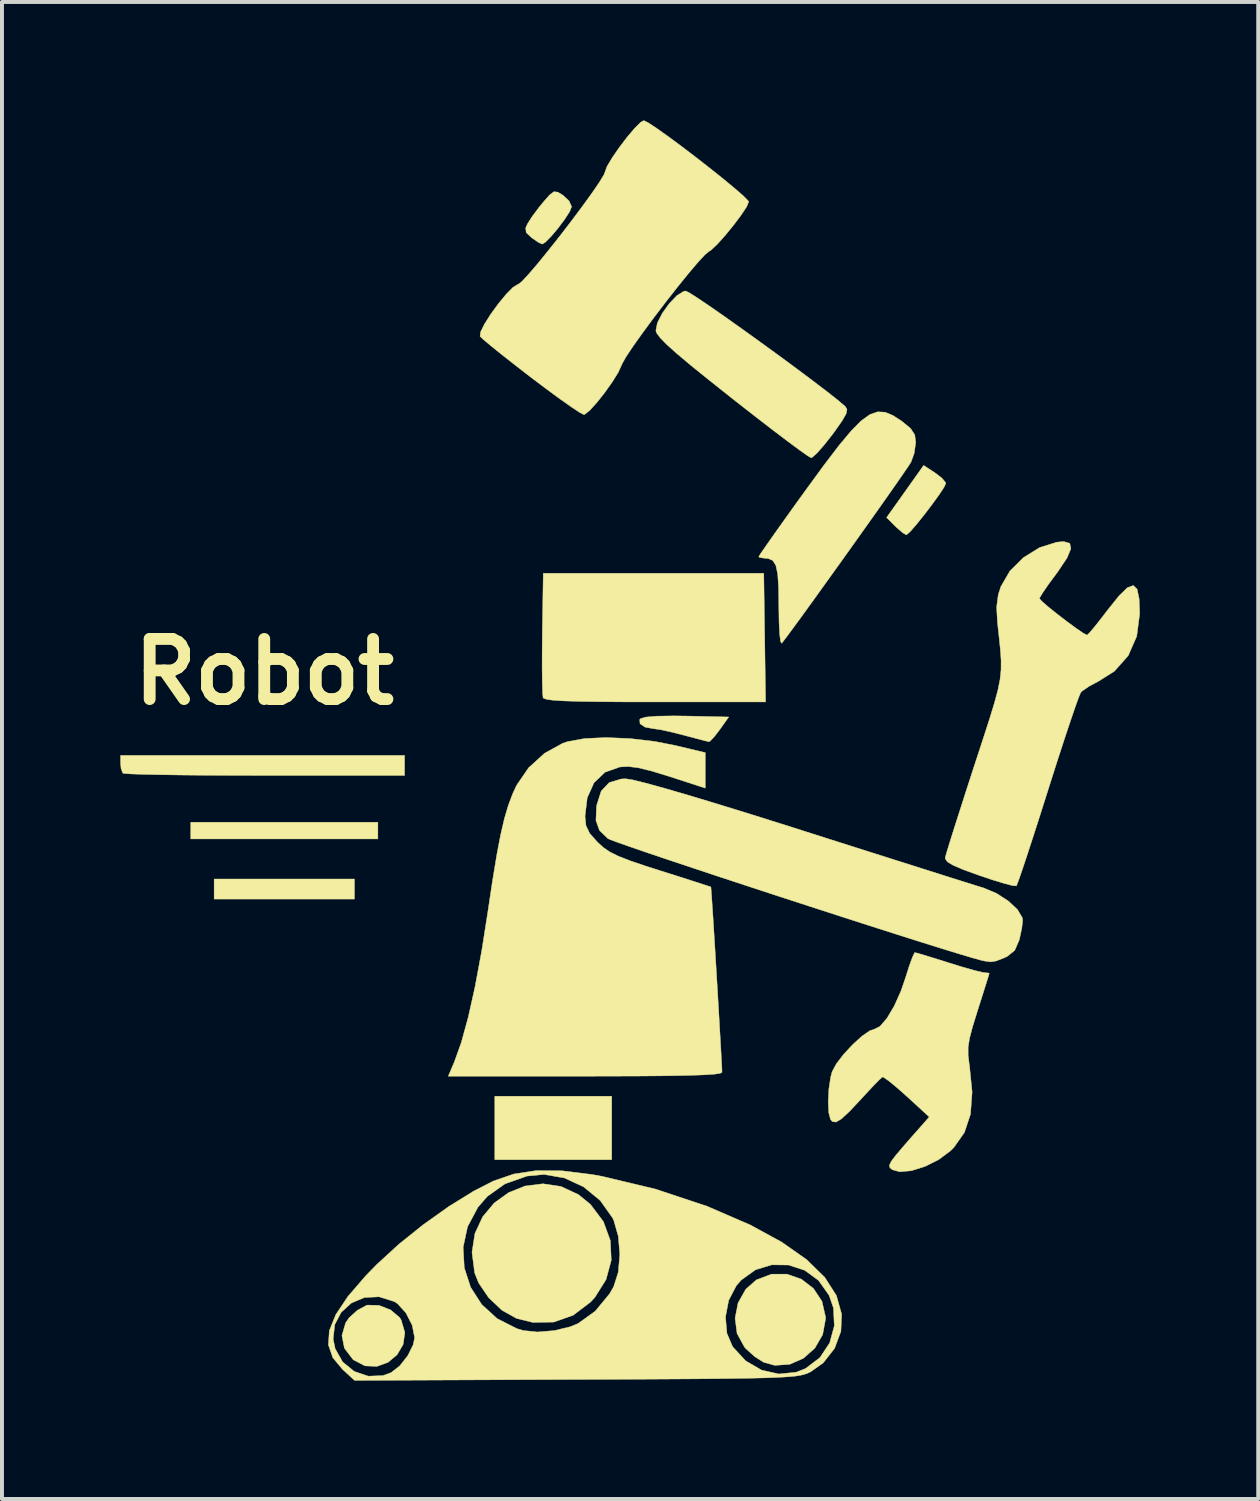
<source format=kicad_pcb>
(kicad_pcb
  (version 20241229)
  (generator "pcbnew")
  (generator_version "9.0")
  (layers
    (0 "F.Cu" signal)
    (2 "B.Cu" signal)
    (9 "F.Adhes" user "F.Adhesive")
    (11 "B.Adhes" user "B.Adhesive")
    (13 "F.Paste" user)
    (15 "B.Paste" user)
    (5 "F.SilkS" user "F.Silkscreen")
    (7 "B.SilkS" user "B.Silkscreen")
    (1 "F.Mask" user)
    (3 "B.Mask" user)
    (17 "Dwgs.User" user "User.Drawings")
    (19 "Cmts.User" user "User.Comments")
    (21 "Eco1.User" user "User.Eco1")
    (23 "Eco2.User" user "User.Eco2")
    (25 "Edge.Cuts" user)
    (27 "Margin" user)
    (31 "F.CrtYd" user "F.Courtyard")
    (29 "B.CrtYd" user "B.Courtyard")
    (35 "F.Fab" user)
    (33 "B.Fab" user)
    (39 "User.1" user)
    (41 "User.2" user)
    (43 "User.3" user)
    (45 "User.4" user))
  (footprint "Robot"
    (layer "F.Cu")
    (at 12.79 17.531)
    (property "Reference" "Robot" (at -9.144 -3.556 0) (layer "F.SilkS") (effects (font (size 1.524 1.524) (thickness 0.3))))
    (attr through_hole)
    (fp_poly (pts (xy -6.858 2.201) (xy -10.414 2.201) (xy -10.414 1.693) (xy -6.858 1.693) (xy -6.858 2.201)) (stroke (width 0.01) (type solid)) (fill yes) (layer "F.SilkS"))
    (fp_poly (pts (xy -6.265 0.677) (xy -11.007 0.677) (xy -11.007 0.254) (xy -6.265 0.254) (xy -6.265 0.677)) (stroke (width 0.01) (type solid)) (fill yes) (layer "F.SilkS"))
    (fp_poly (pts (xy -0.339 8.805) (xy -3.302 8.805) (xy -3.302 7.197) (xy -0.339 7.197) (xy -0.339 8.805)) (stroke (width 0.01) (type solid)) (fill yes) (layer "F.SilkS"))
    (fp_poly (pts (xy -5.588 -0.931) (xy -9.13 -0.931) (xy -9.888 -0.933) (xy -10.594 -0.936) (xy -11.229 -0.942) (xy -11.775 -0.95) (xy -12.214 -0.959) (xy -12.529 -0.97) (xy -12.701 -0.982) (xy -12.728 -0.988) (xy -12.773 -1.109) (xy -12.785 -1.242) (xy -12.785 -1.439) (xy -5.588 -1.439) (xy -5.588 -0.931)) (stroke (width 0.01) (type solid)) (fill yes) (layer "F.SilkS"))
    (fp_poly (pts (xy 3.537 -4.424) (xy 3.56 -2.794) (xy 0.761 -2.794) (xy -0.035 -2.795) (xy -0.677 -2.8) (xy -1.177 -2.808) (xy -1.552 -2.82) (xy -1.815 -2.836) (xy -1.981 -2.858) (xy -2.064 -2.886) (xy -2.079 -2.903) (xy -2.091 -3.019) (xy -2.099 -3.276) (xy -2.103 -3.643) (xy -2.102 -4.091) (xy -2.098 -4.533) (xy -2.074 -6.054) (xy 3.514 -6.054) (xy 3.537 -4.424)) (stroke (width 0.01) (type solid)) (fill yes) (layer "F.SilkS"))
    (fp_poly (pts (xy 7.845 -8.606) (xy 8.025 -8.469) (xy 8.121 -8.354) (xy 8.127 -8.333) (xy 8.079 -8.23) (xy 7.952 -8.038) (xy 7.775 -7.794) (xy 7.577 -7.534) (xy 7.385 -7.295) (xy 7.228 -7.115) (xy 7.133 -7.03) (xy 7.125 -7.027) (xy 7.032 -7.082) (xy 6.878 -7.216) (xy 6.846 -7.247) (xy 6.626 -7.467) (xy 7.095 -8.127) (xy 7.564 -8.788) (xy 7.845 -8.606)) (stroke (width 0.01) (type solid)) (fill yes) (layer "F.SilkS"))
    (fp_poly (pts (xy -6.234 12.497) (xy -5.94 12.613) (xy -5.715 12.803) (xy -5.675 12.865) (xy -5.581 13.186) (xy -5.625 13.488) (xy -5.778 13.748) (xy -6.009 13.941) (xy -6.29 14.043) (xy -6.591 14.03) (xy -6.883 13.878) (xy -6.898 13.864) (xy -7.113 13.581) (xy -7.176 13.26) (xy -7.082 12.939) (xy -6.991 12.807) (xy -6.785 12.621) (xy -6.561 12.5) (xy -6.523 12.489) (xy -6.234 12.497)) (stroke (width 0.01) (type solid)) (fill yes) (layer "F.SilkS"))
    (fp_poly (pts (xy 1.553 -2.437) (xy 2.626 -2.413) (xy 2.4 -2.095) (xy 2.256 -1.908) (xy 2.15 -1.798) (xy 2.124 -1.786) (xy 2.024 -1.81) (xy 1.805 -1.867) (xy 1.513 -1.945) (xy 1.482 -1.953) (xy 1.163 -2.033) (xy 0.891 -2.092) (xy 0.723 -2.116) (xy 0.72 -2.116) (xy 0.507 -2.155) (xy 0.378 -2.241) (xy 0.37 -2.347) (xy 0.389 -2.37) (xy 0.519 -2.41) (xy 0.804 -2.434) (xy 1.23 -2.441) (xy 1.553 -2.437)) (stroke (width 0.01) (type solid)) (fill yes) (layer "F.SilkS"))
    (fp_poly (pts (xy 4.101 11.705) (xy 4.466 11.832) (xy 4.773 12.068) (xy 4.988 12.393) (xy 5.079 12.79) (xy 5.08 12.837) (xy 5.006 13.238) (xy 4.809 13.579) (xy 4.52 13.837) (xy 4.17 13.991) (xy 3.793 14.017) (xy 3.509 13.938) (xy 3.283 13.795) (xy 3.057 13.59) (xy 3.023 13.551) (xy 2.837 13.21) (xy 2.786 12.822) (xy 2.863 12.432) (xy 3.058 12.086) (xy 3.327 11.85) (xy 3.71 11.705) (xy 4.101 11.705)) (stroke (width 0.01) (type solid)) (fill yes) (layer "F.SilkS"))
    (fp_poly (pts (xy -1.705 -15.713) (xy -1.578 -15.636) (xy -1.42 -15.49) (xy -1.355 -15.344) (xy -1.355 -15.344) (xy -1.405 -15.219) (xy -1.532 -15.022) (xy -1.7 -14.798) (xy -1.876 -14.589) (xy -2.024 -14.441) (xy -2.102 -14.395) (xy -2.203 -14.443) (xy -2.366 -14.556) (xy -2.368 -14.557) (xy -2.506 -14.687) (xy -2.52 -14.805) (xy -2.47 -14.915) (xy -2.353 -15.098) (xy -2.176 -15.334) (xy -2.083 -15.448) (xy -1.914 -15.641) (xy -1.805 -15.723) (xy -1.705 -15.713)) (stroke (width 0.01) (type solid)) (fill yes) (layer "F.SilkS"))
    (fp_poly (pts (xy -1.625 9.483) (xy -1.183 9.688) (xy -0.879 9.936) (xy -0.55 10.373) (xy -0.374 10.855) (xy -0.351 11.354) (xy -0.483 11.843) (xy -0.767 12.295) (xy -0.878 12.415) (xy -1.318 12.748) (xy -1.808 12.92) (xy -2.336 12.929) (xy -2.752 12.827) (xy -3.119 12.622) (xy -3.456 12.304) (xy -3.712 11.927) (xy -3.813 11.673) (xy -3.88 11.151) (xy -3.805 10.672) (xy -3.61 10.252) (xy -3.318 9.903) (xy -2.951 9.638) (xy -2.532 9.471) (xy -2.082 9.415) (xy -1.625 9.483)) (stroke (width 0.01) (type solid)) (fill yes) (layer "F.SilkS"))
    (fp_poly (pts (xy 1.631 -13.16) (xy 1.843 -13.025) (xy 2.148 -12.819) (xy 2.524 -12.557) (xy 2.951 -12.254) (xy 3.407 -11.926) (xy 3.871 -11.589) (xy 4.322 -11.257) (xy 4.738 -10.946) (xy 5.099 -10.671) (xy 5.383 -10.448) (xy 5.568 -10.291) (xy 5.579 -10.281) (xy 5.622 -10.208) (xy 5.602 -10.1) (xy 5.505 -9.927) (xy 5.318 -9.66) (xy 5.254 -9.573) (xy 5.044 -9.306) (xy 4.864 -9.101) (xy 4.74 -8.991) (xy 4.712 -8.981) (xy 4.623 -9.033) (xy 4.419 -9.177) (xy 4.118 -9.4) (xy 3.737 -9.689) (xy 3.295 -10.03) (xy 2.808 -10.41) (xy 2.709 -10.488) (xy 2.12 -10.956) (xy 1.655 -11.332) (xy 1.302 -11.629) (xy 1.05 -11.855) (xy 0.887 -12.023) (xy 0.8 -12.141) (xy 0.779 -12.2) (xy 0.817 -12.397) (xy 0.942 -12.643) (xy 1.12 -12.891) (xy 1.314 -13.093) (xy 1.489 -13.201) (xy 1.534 -13.208) (xy 1.631 -13.16)) (stroke (width 0.01) (type solid)) (fill yes) (layer "F.SilkS"))
    (fp_poly (pts (xy 6.589 -10.136) (xy 6.784 -10.055) (xy 7 -9.916) (xy 7.015 -9.905) (xy 7.234 -9.725) (xy 7.339 -9.565) (xy 7.365 -9.376) (xy 7.327 -9.101) (xy 7.246 -8.874) (xy 7.175 -8.764) (xy 7.02 -8.537) (xy 6.795 -8.214) (xy 6.516 -7.817) (xy 6.196 -7.365) (xy 5.851 -6.88) (xy 5.496 -6.382) (xy 5.145 -5.893) (xy 4.814 -5.432) (xy 4.517 -5.021) (xy 4.268 -4.68) (xy 4.083 -4.43) (xy 3.977 -4.292) (xy 3.967 -4.28) (xy 3.939 -4.327) (xy 3.916 -4.514) (xy 3.901 -4.814) (xy 3.895 -5.198) (xy 3.895 -5.215) (xy 3.889 -5.699) (xy 3.866 -6.037) (xy 3.819 -6.255) (xy 3.742 -6.378) (xy 3.626 -6.428) (xy 3.539 -6.435) (xy 3.411 -6.454) (xy 3.387 -6.475) (xy 3.434 -6.553) (xy 3.568 -6.747) (xy 3.774 -7.041) (xy 4.039 -7.413) (xy 4.349 -7.846) (xy 4.591 -8.181) (xy 5.044 -8.801) (xy 5.418 -9.291) (xy 5.726 -9.66) (xy 5.982 -9.919) (xy 6.202 -10.077) (xy 6.4 -10.146) (xy 6.589 -10.136)) (stroke (width 0.01) (type solid)) (fill yes) (layer "F.SilkS"))
    (fp_poly (pts (xy 0.189 -0.82) (xy 0.515 -0.74) (xy 0.987 -0.61) (xy 1.599 -0.432) (xy 2.344 -0.207) (xy 3.216 0.062) (xy 4.208 0.374) (xy 4.526 0.476) (xy 5.344 0.736) (xy 6.124 0.984) (xy 6.849 1.214) (xy 7.502 1.421) (xy 8.067 1.6) (xy 8.526 1.745) (xy 8.861 1.85) (xy 9.057 1.911) (xy 9.082 1.918) (xy 9.411 2.056) (xy 9.71 2.249) (xy 9.941 2.465) (xy 10.064 2.671) (xy 10.075 2.739) (xy 10.052 2.94) (xy 9.996 3.2) (xy 9.984 3.245) (xy 9.874 3.499) (xy 9.686 3.653) (xy 9.607 3.69) (xy 9.399 3.771) (xy 9.258 3.793) (xy 9.091 3.768) (xy 9.017 3.75) (xy 8.814 3.695) (xy 8.479 3.595) (xy 8.029 3.457) (xy 7.483 3.286) (xy 6.857 3.088) (xy 6.169 2.868) (xy 5.438 2.632) (xy 4.681 2.387) (xy 3.915 2.138) (xy 3.159 1.89) (xy 2.429 1.65) (xy 1.745 1.423) (xy 1.122 1.215) (xy 0.579 1.032) (xy 0.135 0.879) (xy -0.195 0.763) (xy -0.391 0.689) (xy -0.438 0.667) (xy -0.649 0.462) (xy -0.739 0.21) (xy -0.725 -0.135) (xy -0.718 -0.182) (xy -0.606 -0.536) (xy -0.404 -0.751) (xy -0.099 -0.842) (xy 0.017 -0.847) (xy 0.189 -0.82)) (stroke (width 0.01) (type solid)) (fill yes) (layer "F.SilkS"))
    (fp_poly (pts (xy 0.122 -1.867) (xy 0.746 -1.794) (xy 1.249 -1.696) (xy 2.032 -1.51) (xy 2.032 -0.61) (xy 1.124 -0.905) (xy 0.669 -1.044) (xy 0.333 -1.126) (xy 0.077 -1.158) (xy -0.134 -1.146) (xy -0.509 -1.013) (xy -0.788 -0.748) (xy -0.96 -0.365) (xy -1.016 0.1) (xy -0.992 0.338) (xy -0.899 0.534) (xy -0.702 0.757) (xy -0.696 0.763) (xy -0.551 0.894) (xy -0.387 1.007) (xy -0.172 1.113) (xy 0.123 1.229) (xy 0.529 1.367) (xy 0.891 1.482) (xy 1.325 1.619) (xy 1.696 1.738) (xy 1.978 1.829) (xy 2.143 1.883) (xy 2.174 1.894) (xy 2.181 1.977) (xy 2.197 2.202) (xy 2.22 2.545) (xy 2.247 2.977) (xy 2.278 3.473) (xy 2.31 4.008) (xy 2.343 4.553) (xy 2.374 5.084) (xy 2.402 5.574) (xy 2.426 5.997) (xy 2.444 6.326) (xy 2.454 6.535) (xy 2.455 6.591) (xy 2.407 6.617) (xy 2.255 6.639) (xy 1.989 6.656) (xy 1.6 6.669) (xy 1.078 6.679) (xy 0.412 6.685) (xy -0.407 6.688) (xy -1.013 6.689) (xy -4.481 6.689) (xy -4.328 6.329) (xy -4.152 5.839) (xy -3.975 5.195) (xy -3.801 4.414) (xy -3.633 3.51) (xy -3.478 2.522) (xy -3.36 1.738) (xy -3.255 1.1) (xy -3.157 0.583) (xy -3.06 0.166) (xy -2.959 -0.176) (xy -2.85 -0.466) (xy -2.749 -0.683) (xy -2.446 -1.126) (xy -2.041 -1.494) (xy -1.584 -1.746) (xy -1.457 -1.789) (xy -1.027 -1.867) (xy -0.485 -1.892) (xy 0.122 -1.867)) (stroke (width 0.01) (type solid)) (fill yes) (layer "F.SilkS"))
    (fp_poly (pts (xy 7.439 3.58) (xy 7.659 3.646) (xy 7.966 3.741) (xy 8.184 3.81) (xy 8.536 3.919) (xy 8.837 4.005) (xy 9.043 4.055) (xy 9.103 4.064) (xy 9.214 4.076) (xy 9.227 4.085) (xy 9.202 4.169) (xy 9.136 4.381) (xy 9.039 4.689) (xy 8.935 5.016) (xy 8.807 5.428) (xy 8.729 5.724) (xy 8.692 5.952) (xy 8.692 6.155) (xy 8.719 6.38) (xy 8.725 6.413) (xy 8.793 7.09) (xy 8.752 7.652) (xy 8.598 8.116) (xy 8.328 8.499) (xy 8.244 8.581) (xy 7.945 8.804) (xy 7.601 8.976) (xy 7.257 9.084) (xy 6.959 9.112) (xy 6.773 9.06) (xy 6.712 9.011) (xy 6.696 8.949) (xy 6.742 8.849) (xy 6.864 8.688) (xy 7.075 8.44) (xy 7.261 8.227) (xy 7.707 7.722) (xy 7.141 7.203) (xy 6.886 6.977) (xy 6.678 6.806) (xy 6.548 6.716) (xy 6.522 6.708) (xy 6.444 6.777) (xy 6.283 6.942) (xy 6.067 7.173) (xy 5.968 7.281) (xy 5.681 7.586) (xy 5.48 7.772) (xy 5.343 7.852) (xy 5.251 7.839) (xy 5.205 7.786) (xy 5.16 7.614) (xy 5.147 7.337) (xy 5.163 7.017) (xy 5.208 6.716) (xy 5.244 6.579) (xy 5.352 6.376) (xy 5.539 6.133) (xy 5.768 5.886) (xy 6.002 5.674) (xy 6.202 5.536) (xy 6.304 5.503) (xy 6.458 5.427) (xy 6.637 5.218) (xy 6.821 4.907) (xy 6.992 4.525) (xy 7.104 4.198) (xy 7.199 3.898) (xy 7.281 3.673) (xy 7.335 3.561) (xy 7.343 3.556) (xy 7.439 3.58)) (stroke (width 0.01) (type solid)) (fill yes) (layer "F.SilkS"))
    (fp_poly (pts (xy 0.577 -17.476) (xy 0.786 -17.34) (xy 1.072 -17.137) (xy 1.411 -16.887) (xy 1.776 -16.609) (xy 2.143 -16.323) (xy 2.486 -16.049) (xy 2.78 -15.806) (xy 2.999 -15.615) (xy 3.118 -15.493) (xy 3.132 -15.467) (xy 3.079 -15.341) (xy 2.941 -15.132) (xy 2.751 -14.879) (xy 2.54 -14.62) (xy 2.34 -14.397) (xy 2.182 -14.247) (xy 2.124 -14.21) (xy 2.019 -14.123) (xy 1.836 -13.924) (xy 1.594 -13.638) (xy 1.314 -13.291) (xy 1.014 -12.908) (xy 0.715 -12.515) (xy 0.437 -12.138) (xy 0.199 -11.803) (xy 0.02 -11.534) (xy -0.078 -11.359) (xy -0.089 -11.331) (xy -0.173 -11.147) (xy -0.325 -10.902) (xy -0.515 -10.634) (xy -0.714 -10.383) (xy -0.892 -10.186) (xy -1.021 -10.082) (xy -1.046 -10.075) (xy -1.144 -10.125) (xy -1.353 -10.262) (xy -1.648 -10.47) (xy -2.006 -10.733) (xy -2.375 -11.011) (xy -2.771 -11.317) (xy -3.123 -11.593) (xy -3.406 -11.822) (xy -3.599 -11.984) (xy -3.676 -12.058) (xy -3.662 -12.171) (xy -3.562 -12.372) (xy -3.403 -12.623) (xy -3.211 -12.886) (xy -3.014 -13.125) (xy -2.84 -13.301) (xy -2.716 -13.377) (xy -2.709 -13.377) (xy -2.62 -13.444) (xy -2.452 -13.624) (xy -2.223 -13.891) (xy -1.953 -14.223) (xy -1.66 -14.592) (xy -1.365 -14.976) (xy -1.086 -15.349) (xy -0.842 -15.686) (xy -0.652 -15.963) (xy -0.536 -16.155) (xy -0.508 -16.227) (xy -0.459 -16.363) (xy -0.33 -16.58) (xy -0.152 -16.839) (xy 0.047 -17.101) (xy 0.239 -17.328) (xy 0.393 -17.482) (xy 0.471 -17.526) (xy 0.577 -17.476)) (stroke (width 0.01) (type solid)) (fill yes) (layer "F.SilkS"))
    (fp_poly (pts (xy 11.268 -6.814) (xy 11.296 -6.677) (xy 11.198 -6.443) (xy 10.972 -6.105) (xy 10.929 -6.046) (xy 10.732 -5.78) (xy 10.583 -5.563) (xy 10.505 -5.433) (xy 10.499 -5.414) (xy 10.561 -5.343) (xy 10.724 -5.202) (xy 10.948 -5.022) (xy 11.197 -4.831) (xy 11.431 -4.659) (xy 11.613 -4.535) (xy 11.705 -4.487) (xy 11.771 -4.55) (xy 11.914 -4.72) (xy 12.107 -4.966) (xy 12.226 -5.122) (xy 12.513 -5.48) (xy 12.727 -5.689) (xy 12.878 -5.746) (xy 12.974 -5.652) (xy 13.025 -5.406) (xy 13.039 -5.028) (xy 12.964 -4.457) (xy 12.748 -3.966) (xy 12.397 -3.571) (xy 11.997 -3.319) (xy 11.761 -3.193) (xy 11.587 -3.074) (xy 11.546 -3.034) (xy 11.5 -2.927) (xy 11.41 -2.679) (xy 11.285 -2.313) (xy 11.13 -1.848) (xy 10.954 -1.307) (xy 10.764 -0.711) (xy 10.713 -0.55) (xy 10.522 0.053) (xy 10.345 0.603) (xy 10.19 1.078) (xy 10.063 1.46) (xy 9.971 1.726) (xy 9.92 1.857) (xy 9.915 1.867) (xy 9.819 1.86) (xy 9.599 1.803) (xy 9.288 1.708) (xy 8.975 1.602) (xy 8.574 1.457) (xy 8.313 1.346) (xy 8.167 1.258) (xy 8.113 1.18) (xy 8.113 1.142) (xy 8.146 1.025) (xy 8.224 0.769) (xy 8.341 0.397) (xy 8.49 -0.068) (xy 8.662 -0.605) (xy 8.852 -1.19) (xy 8.861 -1.216) (xy 9.072 -1.861) (xy 9.237 -2.372) (xy 9.36 -2.775) (xy 9.447 -3.097) (xy 9.501 -3.367) (xy 9.526 -3.61) (xy 9.527 -3.854) (xy 9.508 -4.126) (xy 9.474 -4.453) (xy 9.435 -4.808) (xy 9.414 -5.198) (xy 9.455 -5.511) (xy 9.521 -5.717) (xy 9.75 -6.111) (xy 10.093 -6.452) (xy 10.505 -6.707) (xy 10.939 -6.843) (xy 11.115 -6.858) (xy 11.268 -6.814)) (stroke (width 0.01) (type solid)) (fill yes) (layer "F.SilkS"))
    (fp_poly (pts (xy -1.601 9.086) (xy -0.841 9.18) (xy -0.59 9.225) (xy 0.764 9.548) (xy 2.073 9.983) (xy 3.175 10.46) (xy 3.97 10.894) (xy 4.598 11.335) (xy 5.059 11.786) (xy 5.355 12.248) (xy 5.487 12.723) (xy 5.468 13.156) (xy 5.308 13.586) (xy 5.019 13.955) (xy 4.698 14.182) (xy 4.626 14.215) (xy 4.545 14.244) (xy 4.442 14.269) (xy 4.305 14.29) (xy 4.121 14.307) (xy 3.877 14.321) (xy 3.561 14.333) (xy 3.159 14.343) (xy 2.659 14.35) (xy 2.048 14.357) (xy 1.314 14.362) (xy 0.443 14.367) (xy -0.577 14.372) (xy -1.248 14.374) (xy -6.855 14.398) (xy -7.158 14.12) (xy -7.406 13.823) (xy -7.519 13.498) (xy -7.509 13.348) (xy -7.398 13.348) (xy -7.347 13.594) (xy -7.156 13.932) (xy -6.862 14.17) (xy -6.508 14.29) (xy -6.133 14.275) (xy -5.929 14.2) (xy -5.707 14.026) (xy -5.505 13.767) (xy -5.368 13.49) (xy -5.334 13.314) (xy -5.395 13) (xy -5.553 12.689) (xy -5.767 12.453) (xy -5.849 12.4) (xy -6.235 12.279) (xy -6.606 12.298) (xy -6.936 12.437) (xy -7.195 12.673) (xy -7.358 12.984) (xy -7.398 13.348) (xy -7.509 13.348) (xy -7.495 13.137) (xy -7.331 12.731) (xy -7.024 12.27) (xy -6.571 11.745) (xy -6.29 11.457) (xy -5.816 11.023) (xy -4.104 11.023) (xy -4.075 11.543) (xy -3.915 12.036) (xy -3.633 12.475) (xy -3.24 12.833) (xy -2.745 13.084) (xy -2.582 13.133) (xy -2.219 13.171) (xy -1.792 13.135) (xy -1.383 13.036) (xy -1.194 12.957) (xy -0.959 12.789) (xy 2.544 12.789) (xy 2.58 13.205) (xy 2.725 13.545) (xy 3.055 13.902) (xy 3.457 14.136) (xy 3.896 14.235) (xy 4.336 14.19) (xy 4.572 14.097) (xy 4.936 13.82) (xy 5.183 13.448) (xy 5.301 13.016) (xy 5.279 12.562) (xy 5.169 12.243) (xy 4.902 11.865) (xy 4.549 11.607) (xy 4.142 11.474) (xy 3.716 11.469) (xy 3.304 11.595) (xy 2.941 11.856) (xy 2.819 11.996) (xy 2.625 12.367) (xy 2.544 12.789) (xy -0.959 12.789) (xy -0.757 12.643) (xy -0.396 12.206) (xy -0.29 12.023) (xy -0.173 11.654) (xy -0.134 11.205) (xy -0.173 10.745) (xy -0.287 10.344) (xy -0.318 10.279) (xy -0.634 9.836) (xy -1.051 9.494) (xy -1.535 9.269) (xy -2.051 9.179) (xy -2.486 9.22) (xy -3.045 9.418) (xy -3.491 9.735) (xy -3.729 10.009) (xy -3.992 10.503) (xy -4.104 11.023) (xy -5.816 11.023) (xy -5.735 10.948) (xy -5.111 10.448) (xy -4.462 9.987) (xy -3.835 9.6) (xy -3.341 9.347) (xy -2.823 9.168) (xy -2.252 9.081) (xy -1.601 9.086)) (stroke (width 0.01) (type solid)) (fill yes) (layer "F.SilkS")))
  (gr_rect
    (start -3 -3)
    (end 28.833 34.934)
    (stroke (width 0.1) (type default))
    (fill no)
    (layer "Edge.Cuts")))
</source>
